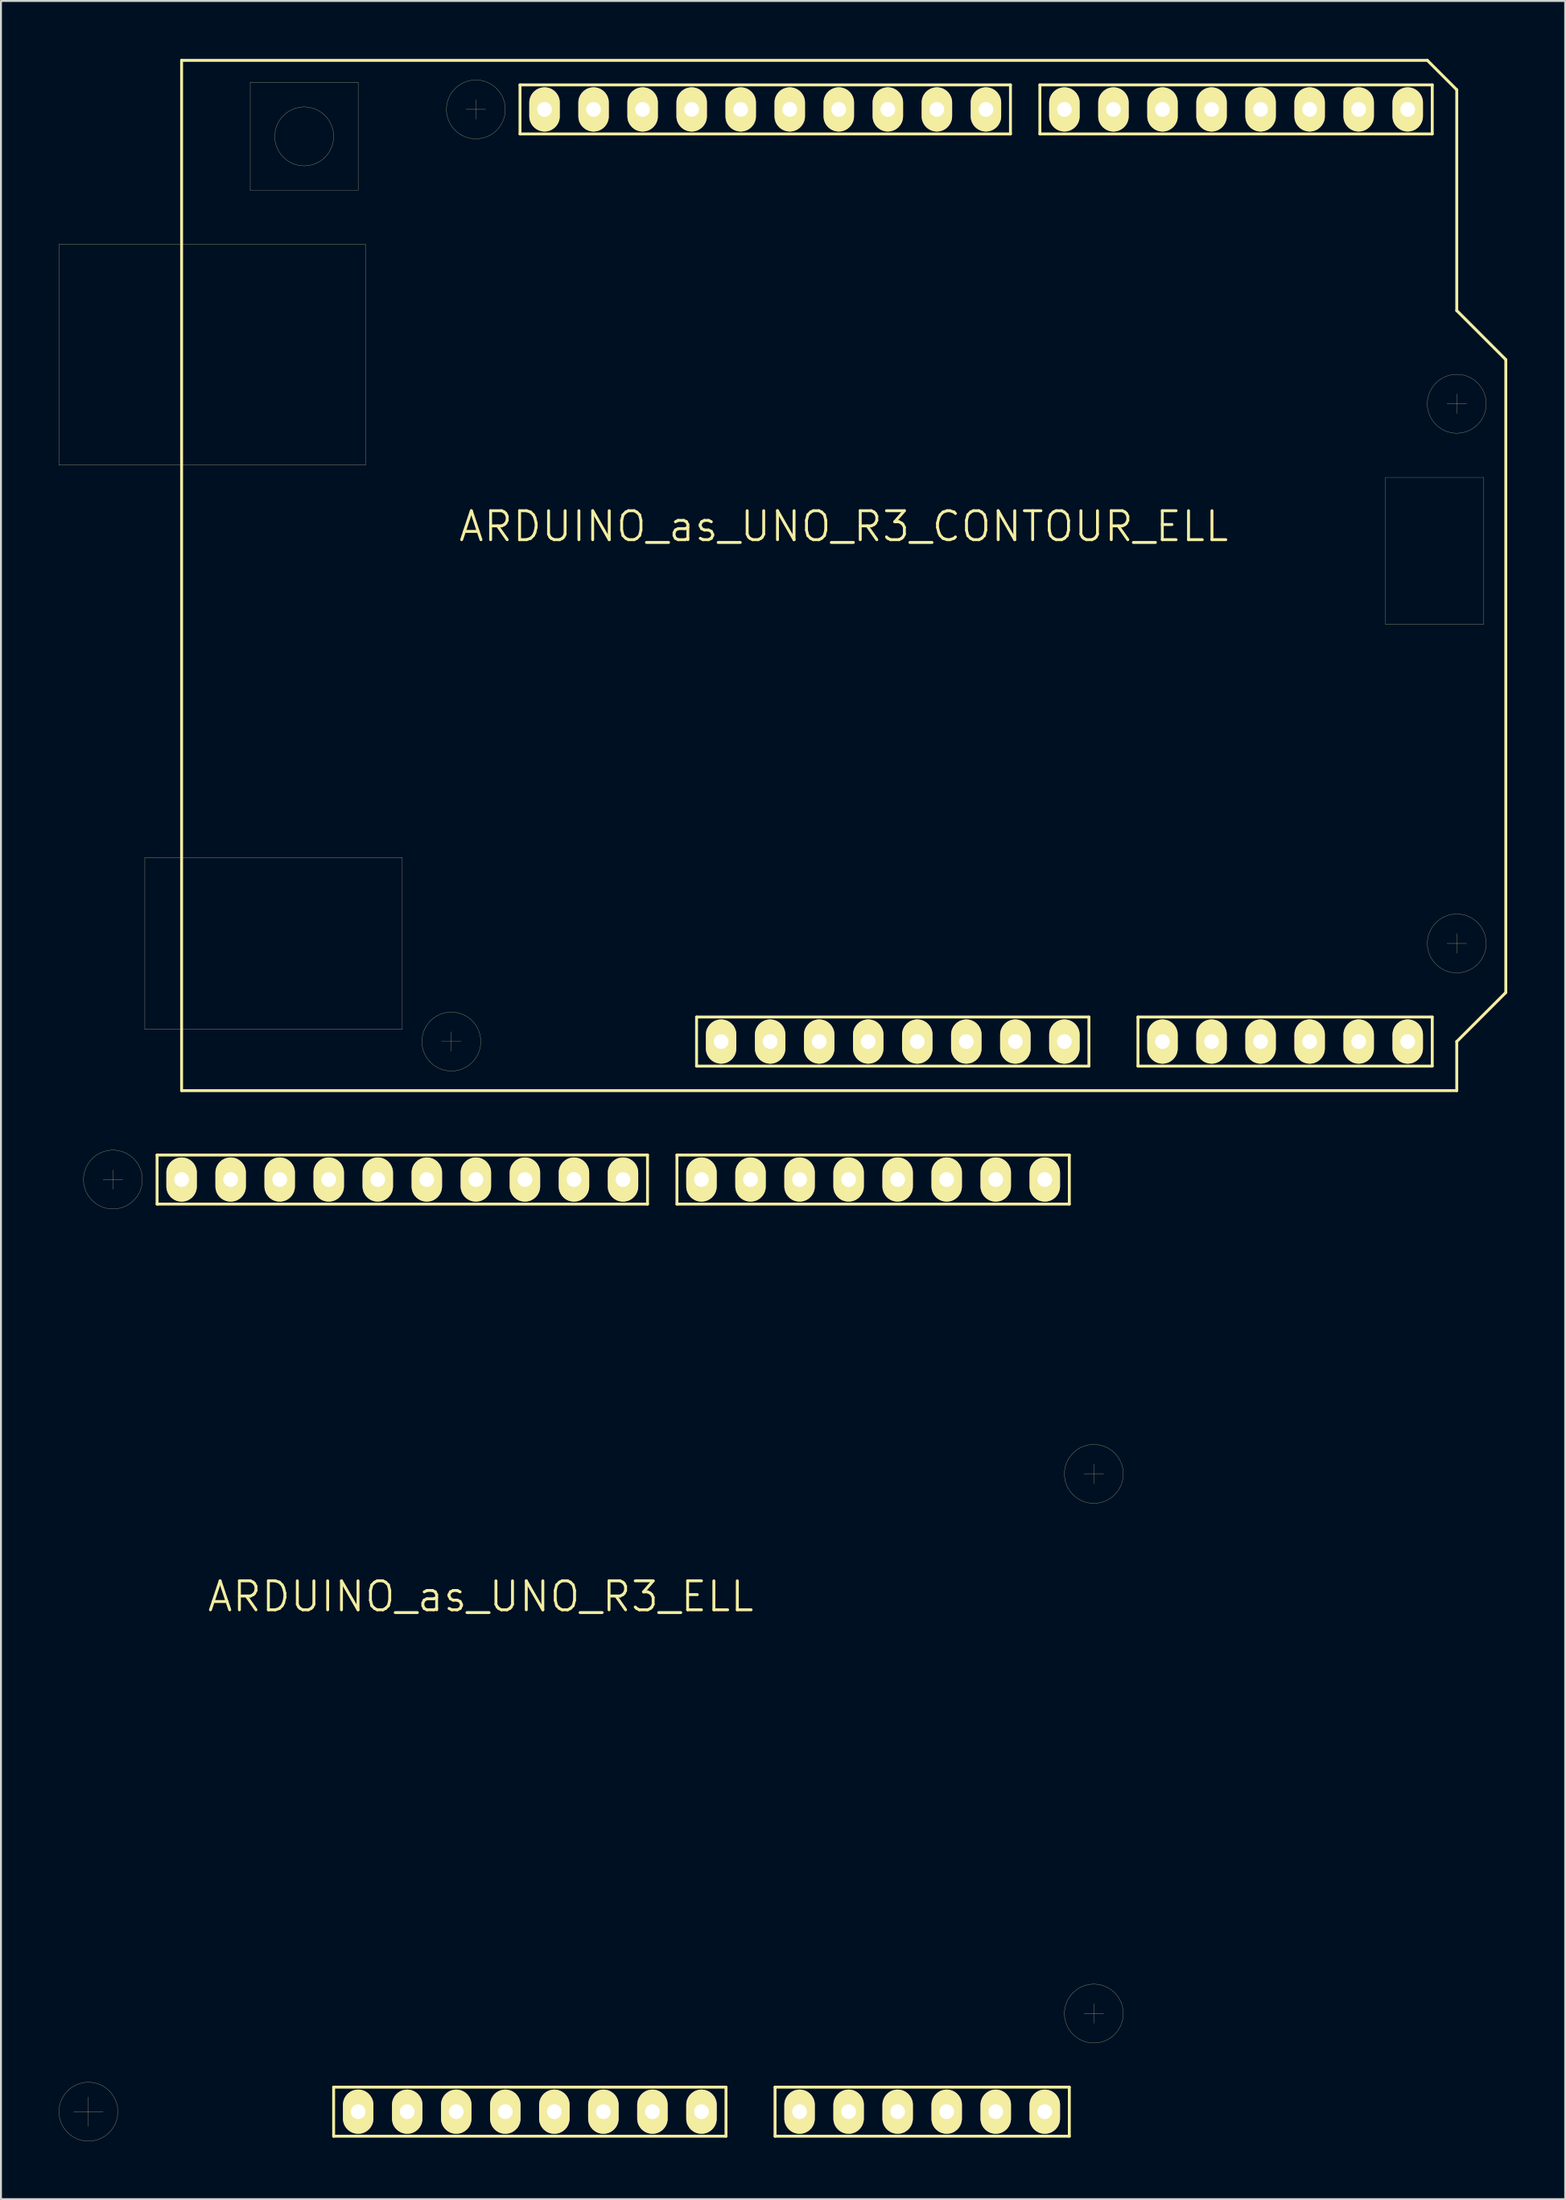
<source format=kicad_pcb>
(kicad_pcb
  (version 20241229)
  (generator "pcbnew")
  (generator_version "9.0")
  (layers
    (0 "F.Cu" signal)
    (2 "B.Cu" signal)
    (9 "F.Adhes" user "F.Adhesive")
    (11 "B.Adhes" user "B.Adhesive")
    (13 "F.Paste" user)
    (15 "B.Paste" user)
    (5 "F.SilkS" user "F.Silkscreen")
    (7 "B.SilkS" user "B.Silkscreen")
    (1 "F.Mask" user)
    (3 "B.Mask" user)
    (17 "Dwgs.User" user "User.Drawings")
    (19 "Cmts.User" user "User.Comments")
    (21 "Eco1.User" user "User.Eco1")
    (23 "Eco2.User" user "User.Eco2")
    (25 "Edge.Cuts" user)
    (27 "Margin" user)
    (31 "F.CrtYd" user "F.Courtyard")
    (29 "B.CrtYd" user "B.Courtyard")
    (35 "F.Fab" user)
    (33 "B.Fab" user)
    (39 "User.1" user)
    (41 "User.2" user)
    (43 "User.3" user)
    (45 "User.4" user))
  (footprint "ARDUINO_as_UNO_R3_ELL"
    (layer "F.Cu")
    (at 21.849 82.149)
    (property "Reference" "ARDUINO_as_UNO_R3_ELL" (at 0 -2.54 0) (layer "F.SilkS") (effects (font (size 1.5 1.5) (thickness 0.15))))
    (attr through_hole)
    (fp_line (start -21.082 24.13) (end -19.558 24.13) (stroke (width 0.01) (type solid)) (layer "F.SilkS"))
    (fp_line (start -20.32 23.368) (end -20.32 24.892) (stroke (width 0.01) (type solid)) (layer "F.SilkS"))
    (fp_line (start -19.558 -24.13) (end -18.542 -24.13) (stroke (width 0.01) (type solid)) (layer "F.SilkS"))
    (fp_line (start -19.05 -24.638) (end -19.05 -23.622) (stroke (width 0.01) (type solid)) (layer "F.SilkS"))
    (fp_line (start -16.764 -25.4) (end 8.636 -25.4) (stroke (width 0.15) (type solid)) (layer "F.SilkS"))
    (fp_line (start -16.764 -22.86) (end -16.764 -25.4) (stroke (width 0.15) (type solid)) (layer "F.SilkS"))
    (fp_line (start -7.62 22.86) (end 12.7 22.86) (stroke (width 0.15) (type solid)) (layer "F.SilkS"))
    (fp_line (start -7.62 25.4) (end -7.62 22.86) (stroke (width 0.15) (type solid)) (layer "F.SilkS"))
    (fp_line (start 8.636 -25.4) (end 8.636 -22.86) (stroke (width 0.15) (type solid)) (layer "F.SilkS"))
    (fp_line (start 8.636 -22.86) (end -16.764 -22.86) (stroke (width 0.15) (type solid)) (layer "F.SilkS"))
    (fp_line (start 10.16 -25.4) (end 30.48 -25.4) (stroke (width 0.15) (type solid)) (layer "F.SilkS"))
    (fp_line (start 10.16 -22.86) (end 10.16 -25.4) (stroke (width 0.15) (type solid)) (layer "F.SilkS"))
    (fp_line (start 12.7 22.86) (end 12.7 25.4) (stroke (width 0.15) (type solid)) (layer "F.SilkS"))
    (fp_line (start 12.7 25.4) (end -7.62 25.4) (stroke (width 0.15) (type solid)) (layer "F.SilkS"))
    (fp_line (start 15.24 22.86) (end 30.48 22.86) (stroke (width 0.15) (type solid)) (layer "F.SilkS"))
    (fp_line (start 15.24 25.4) (end 15.24 22.86) (stroke (width 0.15) (type solid)) (layer "F.SilkS"))
    (fp_line (start 30.48 -25.4) (end 30.48 -22.86) (stroke (width 0.15) (type solid)) (layer "F.SilkS"))
    (fp_line (start 30.48 -22.86) (end 10.16 -22.86) (stroke (width 0.15) (type solid)) (layer "F.SilkS"))
    (fp_line (start 30.48 22.86) (end 30.48 25.4) (stroke (width 0.15) (type solid)) (layer "F.SilkS"))
    (fp_line (start 30.48 25.4) (end 15.24 25.4) (stroke (width 0.15) (type solid)) (layer "F.SilkS"))
    (fp_line (start 31.242 19.05) (end 32.258 19.05) (stroke (width 0.01) (type solid)) (layer "F.SilkS"))
    (fp_line (start 31.75 -9.398) (end 31.75 -8.382) (stroke (width 0.01) (type solid)) (layer "F.SilkS"))
    (fp_line (start 31.75 18.542) (end 31.75 19.558) (stroke (width 0.01) (type solid)) (layer "F.SilkS"))
    (fp_line (start 32.258 -8.89) (end 31.242 -8.89) (stroke (width 0.01) (type solid)) (layer "F.SilkS"))
    (fp_circle (center -20.32 24.13) (end -18.796 24.13) (stroke (width 0.01) (type solid)) (fill no) (layer "F.SilkS"))
    (fp_circle (center -19.05 -24.13) (end -17.526 -24.13) (stroke (width 0.01) (type solid)) (fill no) (layer "F.SilkS"))
    (fp_circle (center 31.75 -8.89) (end 33.274 -8.89) (stroke (width 0.01) (type solid)) (fill no) (layer "F.SilkS"))
    (fp_circle (center 31.75 19.05) (end 33.274 19.05) (stroke (width 0.01) (type solid)) (fill no) (layer "F.SilkS"))
    (pad "0" thru_hole oval (at 29.21 -24.13) (size 1.575 2.286) (drill 0.762) (layers "*.Cu" "*.Mask" "F.SilkS"))
    (pad "1" thru_hole oval (at 26.67 -24.13) (size 1.575 2.286) (drill 0.762) (layers "*.Cu" "*.Mask" "F.SilkS"))
    (pad "2" thru_hole oval (at 24.13 -24.13) (size 1.575 2.286) (drill 0.762) (layers "*.Cu" "*.Mask" "F.SilkS"))
    (pad "3" thru_hole oval (at 21.59 -24.13) (size 1.575 2.286) (drill 0.762) (layers "*.Cu" "*.Mask" "F.SilkS"))
    (pad "3V3" thru_hole oval (at 1.27 24.13) (size 1.575 2.286) (drill 0.762) (layers "*.Cu" "*.Mask" "F.SilkS"))
    (pad "4" thru_hole oval (at 19.05 -24.13) (size 1.575 2.286) (drill 0.762) (layers "*.Cu" "*.Mask" "F.SilkS"))
    (pad "5" thru_hole oval (at 16.51 -24.13) (size 1.575 2.286) (drill 0.762) (layers "*.Cu" "*.Mask" "F.SilkS"))
    (pad "5V" thru_hole oval (at 3.81 24.13) (size 1.575 2.286) (drill 0.762) (layers "*.Cu" "*.Mask" "F.SilkS"))
    (pad "6" thru_hole oval (at 13.97 -24.13) (size 1.575 2.286) (drill 0.762) (layers "*.Cu" "*.Mask" "F.SilkS"))
    (pad "7" thru_hole oval (at 11.43 -24.13) (size 1.575 2.286) (drill 0.762) (layers "*.Cu" "*.Mask" "F.SilkS"))
    (pad "8" thru_hole oval (at 7.366 -24.13) (size 1.575 2.286) (drill 0.762) (layers "*.Cu" "*.Mask" "F.SilkS"))
    (pad "9" thru_hole oval (at 4.826 -24.13) (size 1.575 2.286) (drill 0.762) (layers "*.Cu" "*.Mask" "F.SilkS"))
    (pad "10" thru_hole oval (at 2.286 -24.13) (size 1.575 2.286) (drill 0.762) (layers "*.Cu" "*.Mask" "F.SilkS"))
    (pad "11" thru_hole oval (at -0.254 -24.13) (size 1.575 2.286) (drill 0.762) (layers "*.Cu" "*.Mask" "F.SilkS"))
    (pad "12" thru_hole oval (at -2.794 -24.13) (size 1.575 2.286) (drill 0.762) (layers "*.Cu" "*.Mask" "F.SilkS"))
    (pad "13" thru_hole oval (at -5.334 -24.13) (size 1.575 2.286) (drill 0.762) (layers "*.Cu" "*.Mask" "F.SilkS"))
    (pad "A0" thru_hole oval (at 16.51 24.13) (size 1.575 2.286) (drill 0.762) (layers "*.Cu" "*.Mask" "F.SilkS"))
    (pad "A1" thru_hole oval (at 19.05 24.13) (size 1.575 2.286) (drill 0.762) (layers "*.Cu" "*.Mask" "F.SilkS"))
    (pad "A2" thru_hole oval (at 21.59 24.13) (size 1.575 2.286) (drill 0.762) (layers "*.Cu" "*.Mask" "F.SilkS"))
    (pad "A3" thru_hole oval (at 24.13 24.13) (size 1.575 2.286) (drill 0.762) (layers "*.Cu" "*.Mask" "F.SilkS"))
    (pad "A4/1" thru_hole oval (at 26.67 24.13) (size 1.575 2.286) (drill 0.762) (layers "*.Cu" "*.Mask" "F.SilkS"))
    (pad "A4/2" thru_hole oval (at -12.954 -24.13) (size 1.575 2.286) (drill 0.762) (layers "*.Cu" "*.Mask" "F.SilkS"))
    (pad "A5/1" thru_hole oval (at 29.21 24.13) (size 1.575 2.286) (drill 0.762) (layers "*.Cu" "*.Mask" "F.SilkS"))
    (pad "A5/2" thru_hole oval (at -15.494 -24.13) (size 1.575 2.286) (drill 0.762) (layers "*.Cu" "*.Mask" "F.SilkS"))
    (pad "AREF" thru_hole oval (at -10.414 -24.13) (size 1.575 2.286) (drill 0.762) (layers "*.Cu" "*.Mask" "F.SilkS"))
    (pad "GND1" thru_hole oval (at 6.35 24.13) (size 1.575 2.286) (drill 0.762) (layers "*.Cu" "*.Mask" "F.SilkS"))
    (pad "GND2" thru_hole oval (at 8.89 24.13) (size 1.575 2.286) (drill 0.762) (layers "*.Cu" "*.Mask" "F.SilkS"))
    (pad "GND3" thru_hole oval (at -7.874 -24.13) (size 1.575 2.286) (drill 0.762) (layers "*.Cu" "*.Mask" "F.SilkS"))
    (pad "IREF" thru_hole oval (at -3.81 24.13) (size 1.575 2.286) (drill 0.762) (layers "*.Cu" "*.Mask" "F.SilkS"))
    (pad "NC" thru_hole oval (at -6.35 24.13) (size 1.575 2.286) (drill 0.762) (layers "*.Cu" "*.Mask" "F.SilkS"))
    (pad "RST" thru_hole oval (at -1.27 24.13) (size 1.575 2.286) (drill 0.762) (layers "*.Cu" "*.Mask" "F.SilkS"))
    (pad "VIN" thru_hole oval (at 11.43 24.13) (size 1.575 2.286) (drill 0.762) (layers "*.Cu" "*.Mask" "F.SilkS")))
  (footprint "ARDUINO_as_UNO_R3_CONTOUR_ELL"
    (layer "F.Cu")
    (at 40.645 26.745)
    (property "Reference" "ARDUINO_as_UNO_R3_CONTOUR_ELL" (at 0 -2.54 0) (layer "F.SilkS") (effects (font (size 1.5 1.5) (thickness 0.15))))
    (attr through_hole)
    (fp_line (start -40.64 -17.145) (end -24.765 -17.145) (stroke (width 0.01) (type solid)) (layer "F.SilkS"))
    (fp_line (start -40.64 -5.715) (end -40.64 -17.145) (stroke (width 0.01) (type solid)) (layer "F.SilkS"))
    (fp_line (start -36.195 14.605) (end -22.86 14.605) (stroke (width 0.01) (type solid)) (layer "F.SilkS"))
    (fp_line (start -36.195 23.495) (end -36.195 14.605) (stroke (width 0.01) (type solid)) (layer "F.SilkS"))
    (fp_line (start -34.29 -26.67) (end 30.226 -26.67) (stroke (width 0.15) (type solid)) (layer "F.SilkS"))
    (fp_line (start -34.29 26.67) (end -34.29 -26.67) (stroke (width 0.15) (type solid)) (layer "F.SilkS"))
    (fp_line (start -30.734 -25.527) (end -25.146 -25.527) (stroke (width 0.01) (type solid)) (layer "F.SilkS"))
    (fp_line (start -30.734 -19.939) (end -30.734 -25.527) (stroke (width 0.01) (type solid)) (layer "F.SilkS"))
    (fp_line (start -25.146 -25.527) (end -25.146 -19.939) (stroke (width 0.01) (type solid)) (layer "F.SilkS"))
    (fp_line (start -25.146 -19.939) (end -30.734 -19.939) (stroke (width 0.01) (type solid)) (layer "F.SilkS"))
    (fp_line (start -24.765 -17.145) (end -24.765 -5.715) (stroke (width 0.01) (type solid)) (layer "F.SilkS"))
    (fp_line (start -24.765 -5.715) (end -40.64 -5.715) (stroke (width 0.01) (type solid)) (layer "F.SilkS"))
    (fp_line (start -22.86 14.605) (end -22.86 23.495) (stroke (width 0.01) (type solid)) (layer "F.SilkS"))
    (fp_line (start -22.86 23.495) (end -36.195 23.495) (stroke (width 0.01) (type solid)) (layer "F.SilkS"))
    (fp_line (start -20.828 24.13) (end -19.812 24.13) (stroke (width 0.01) (type solid)) (layer "F.SilkS"))
    (fp_line (start -20.32 23.622) (end -20.32 24.638) (stroke (width 0.01) (type solid)) (layer "F.SilkS"))
    (fp_line (start -19.558 -24.13) (end -18.542 -24.13) (stroke (width 0.01) (type solid)) (layer "F.SilkS"))
    (fp_line (start -19.05 -24.638) (end -19.05 -23.622) (stroke (width 0.01) (type solid)) (layer "F.SilkS"))
    (fp_line (start -16.764 -25.4) (end 8.636 -25.4) (stroke (width 0.15) (type solid)) (layer "F.SilkS"))
    (fp_line (start -16.764 -22.86) (end -16.764 -25.4) (stroke (width 0.15) (type solid)) (layer "F.SilkS"))
    (fp_line (start -7.62 22.86) (end 12.7 22.86) (stroke (width 0.15) (type solid)) (layer "F.SilkS"))
    (fp_line (start -7.62 25.4) (end -7.62 22.86) (stroke (width 0.15) (type solid)) (layer "F.SilkS"))
    (fp_line (start 8.636 -25.4) (end 8.636 -22.86) (stroke (width 0.15) (type solid)) (layer "F.SilkS"))
    (fp_line (start 8.636 -22.86) (end -16.764 -22.86) (stroke (width 0.15) (type solid)) (layer "F.SilkS"))
    (fp_line (start 10.16 -25.4) (end 30.48 -25.4) (stroke (width 0.15) (type solid)) (layer "F.SilkS"))
    (fp_line (start 10.16 -22.86) (end 10.16 -25.4) (stroke (width 0.15) (type solid)) (layer "F.SilkS"))
    (fp_line (start 12.7 22.86) (end 12.7 25.4) (stroke (width 0.15) (type solid)) (layer "F.SilkS"))
    (fp_line (start 12.7 25.4) (end -7.62 25.4) (stroke (width 0.15) (type solid)) (layer "F.SilkS"))
    (fp_line (start 15.24 22.86) (end 30.48 22.86) (stroke (width 0.15) (type solid)) (layer "F.SilkS"))
    (fp_line (start 15.24 25.4) (end 15.24 22.86) (stroke (width 0.15) (type solid)) (layer "F.SilkS"))
    (fp_line (start 28.067 -5.08) (end 28.067 2.54) (stroke (width 0.01) (type solid)) (layer "F.SilkS"))
    (fp_line (start 28.067 -5.08) (end 33.147 -5.08) (stroke (width 0.01) (type solid)) (layer "F.SilkS"))
    (fp_line (start 28.067 2.54) (end 33.147 2.54) (stroke (width 0.01) (type solid)) (layer "F.SilkS"))
    (fp_line (start 30.48 -25.4) (end 30.48 -22.86) (stroke (width 0.15) (type solid)) (layer "F.SilkS"))
    (fp_line (start 30.48 -22.86) (end 10.16 -22.86) (stroke (width 0.15) (type solid)) (layer "F.SilkS"))
    (fp_line (start 30.48 22.86) (end 30.48 25.4) (stroke (width 0.15) (type solid)) (layer "F.SilkS"))
    (fp_line (start 30.48 25.4) (end 15.24 25.4) (stroke (width 0.15) (type solid)) (layer "F.SilkS"))
    (fp_line (start 31.242 19.05) (end 32.258 19.05) (stroke (width 0.01) (type solid)) (layer "F.SilkS"))
    (fp_line (start 31.75 -25.146) (end 30.226 -26.67) (stroke (width 0.15) (type solid)) (layer "F.SilkS"))
    (fp_line (start 31.75 -25.146) (end 31.75 -13.716) (stroke (width 0.15) (type solid)) (layer "F.SilkS"))
    (fp_line (start 31.75 -13.716) (end 34.29 -11.176) (stroke (width 0.15) (type solid)) (layer "F.SilkS"))
    (fp_line (start 31.75 -9.398) (end 31.75 -8.382) (stroke (width 0.01) (type solid)) (layer "F.SilkS"))
    (fp_line (start 31.75 18.542) (end 31.75 19.558) (stroke (width 0.01) (type solid)) (layer "F.SilkS"))
    (fp_line (start 31.75 24.13) (end 31.75 26.67) (stroke (width 0.15) (type solid)) (layer "F.SilkS"))
    (fp_line (start 31.75 26.67) (end -34.29 26.67) (stroke (width 0.15) (type solid)) (layer "F.SilkS"))
    (fp_line (start 32.258 -8.89) (end 31.242 -8.89) (stroke (width 0.01) (type solid)) (layer "F.SilkS"))
    (fp_line (start 33.147 -5.08) (end 33.147 2.54) (stroke (width 0.01) (type solid)) (layer "F.SilkS"))
    (fp_line (start 34.29 -11.176) (end 34.29 21.59) (stroke (width 0.15) (type solid)) (layer "F.SilkS"))
    (fp_line (start 34.29 21.59) (end 31.75 24.13) (stroke (width 0.15) (type solid)) (layer "F.SilkS"))
    (fp_circle (center -27.94 -22.733) (end -29.464 -22.733) (stroke (width 0.01) (type solid)) (fill no) (layer "F.SilkS"))
    (fp_circle (center -20.32 24.13) (end -18.796 24.13) (stroke (width 0.01) (type solid)) (fill no) (layer "F.SilkS"))
    (fp_circle (center -19.05 -24.13) (end -17.526 -24.13) (stroke (width 0.01) (type solid)) (fill no) (layer "F.SilkS"))
    (fp_circle (center 31.75 -8.89) (end 33.274 -8.89) (stroke (width 0.01) (type solid)) (fill no) (layer "F.SilkS"))
    (fp_circle (center 31.75 19.05) (end 33.274 19.05) (stroke (width 0.01) (type solid)) (fill no) (layer "F.SilkS"))
    (pad "0" thru_hole oval (at 29.21 -24.13) (size 1.575 2.286) (drill 0.762) (layers "*.Cu" "*.Mask" "F.SilkS"))
    (pad "1" thru_hole oval (at 26.67 -24.13) (size 1.575 2.286) (drill 0.762) (layers "*.Cu" "*.Mask" "F.SilkS"))
    (pad "2" thru_hole oval (at 24.13 -24.13) (size 1.575 2.286) (drill 0.762) (layers "*.Cu" "*.Mask" "F.SilkS"))
    (pad "3" thru_hole oval (at 21.59 -24.13) (size 1.575 2.286) (drill 0.762) (layers "*.Cu" "*.Mask" "F.SilkS"))
    (pad "3V3" thru_hole oval (at 1.27 24.13) (size 1.575 2.286) (drill 0.762) (layers "*.Cu" "*.Mask" "F.SilkS"))
    (pad "4" thru_hole oval (at 19.05 -24.13) (size 1.575 2.286) (drill 0.762) (layers "*.Cu" "*.Mask" "F.SilkS"))
    (pad "5" thru_hole oval (at 16.51 -24.13) (size 1.575 2.286) (drill 0.762) (layers "*.Cu" "*.Mask" "F.SilkS"))
    (pad "5V" thru_hole oval (at 3.81 24.13) (size 1.575 2.286) (drill 0.762) (layers "*.Cu" "*.Mask" "F.SilkS"))
    (pad "6" thru_hole oval (at 13.97 -24.13) (size 1.575 2.286) (drill 0.762) (layers "*.Cu" "*.Mask" "F.SilkS"))
    (pad "7" thru_hole oval (at 11.43 -24.13) (size 1.575 2.286) (drill 0.762) (layers "*.Cu" "*.Mask" "F.SilkS"))
    (pad "8" thru_hole oval (at 7.366 -24.13) (size 1.575 2.286) (drill 0.762) (layers "*.Cu" "*.Mask" "F.SilkS"))
    (pad "9" thru_hole oval (at 4.826 -24.13) (size 1.575 2.286) (drill 0.762) (layers "*.Cu" "*.Mask" "F.SilkS"))
    (pad "10" thru_hole oval (at 2.286 -24.13) (size 1.575 2.286) (drill 0.762) (layers "*.Cu" "*.Mask" "F.SilkS"))
    (pad "11" thru_hole oval (at -0.254 -24.13) (size 1.575 2.286) (drill 0.762) (layers "*.Cu" "*.Mask" "F.SilkS"))
    (pad "12" thru_hole oval (at -2.794 -24.13) (size 1.575 2.286) (drill 0.762) (layers "*.Cu" "*.Mask" "F.SilkS"))
    (pad "13" thru_hole oval (at -5.334 -24.13) (size 1.575 2.286) (drill 0.762) (layers "*.Cu" "*.Mask" "F.SilkS"))
    (pad "A0" thru_hole oval (at 16.51 24.13) (size 1.575 2.286) (drill 0.762) (layers "*.Cu" "*.Mask" "F.SilkS"))
    (pad "A1" thru_hole oval (at 19.05 24.13) (size 1.575 2.286) (drill 0.762) (layers "*.Cu" "*.Mask" "F.SilkS"))
    (pad "A2" thru_hole oval (at 21.59 24.13) (size 1.575 2.286) (drill 0.762) (layers "*.Cu" "*.Mask" "F.SilkS"))
    (pad "A3" thru_hole oval (at 24.13 24.13) (size 1.575 2.286) (drill 0.762) (layers "*.Cu" "*.Mask" "F.SilkS"))
    (pad "A4/1" thru_hole oval (at 26.67 24.13) (size 1.575 2.286) (drill 0.762) (layers "*.Cu" "*.Mask" "F.SilkS"))
    (pad "A4/2" thru_hole oval (at -12.954 -24.13) (size 1.575 2.286) (drill 0.762) (layers "*.Cu" "*.Mask" "F.SilkS"))
    (pad "A5/1" thru_hole oval (at 29.21 24.13) (size 1.575 2.286) (drill 0.762) (layers "*.Cu" "*.Mask" "F.SilkS"))
    (pad "A5/2" thru_hole oval (at -15.494 -24.13) (size 1.575 2.286) (drill 0.762) (layers "*.Cu" "*.Mask" "F.SilkS"))
    (pad "AREF" thru_hole oval (at -10.414 -24.13) (size 1.575 2.286) (drill 0.762) (layers "*.Cu" "*.Mask" "F.SilkS"))
    (pad "GND1" thru_hole oval (at 6.35 24.13) (size 1.575 2.286) (drill 0.762) (layers "*.Cu" "*.Mask" "F.SilkS"))
    (pad "GND2" thru_hole oval (at 8.89 24.13) (size 1.575 2.286) (drill 0.762) (layers "*.Cu" "*.Mask" "F.SilkS"))
    (pad "GND3" thru_hole oval (at -7.874 -24.13) (size 1.575 2.286) (drill 0.762) (layers "*.Cu" "*.Mask" "F.SilkS"))
    (pad "IREF" thru_hole oval (at -3.81 24.13) (size 1.575 2.286) (drill 0.762) (layers "*.Cu" "*.Mask" "F.SilkS"))
    (pad "NC" thru_hole oval (at -6.35 24.13) (size 1.575 2.286) (drill 0.762) (layers "*.Cu" "*.Mask" "F.SilkS"))
    (pad "RST" thru_hole oval (at -1.27 24.13) (size 1.575 2.286) (drill 0.762) (layers "*.Cu" "*.Mask" "F.SilkS"))
    (pad "VIN" thru_hole oval (at 11.43 24.13) (size 1.575 2.286) (drill 0.762) (layers "*.Cu" "*.Mask" "F.SilkS")))
  (gr_rect
    (start -3 -3)
    (end 78.01 110.808)
    (stroke (width 0.1) (type default))
    (fill no)
    (layer "Edge.Cuts")))
</source>
